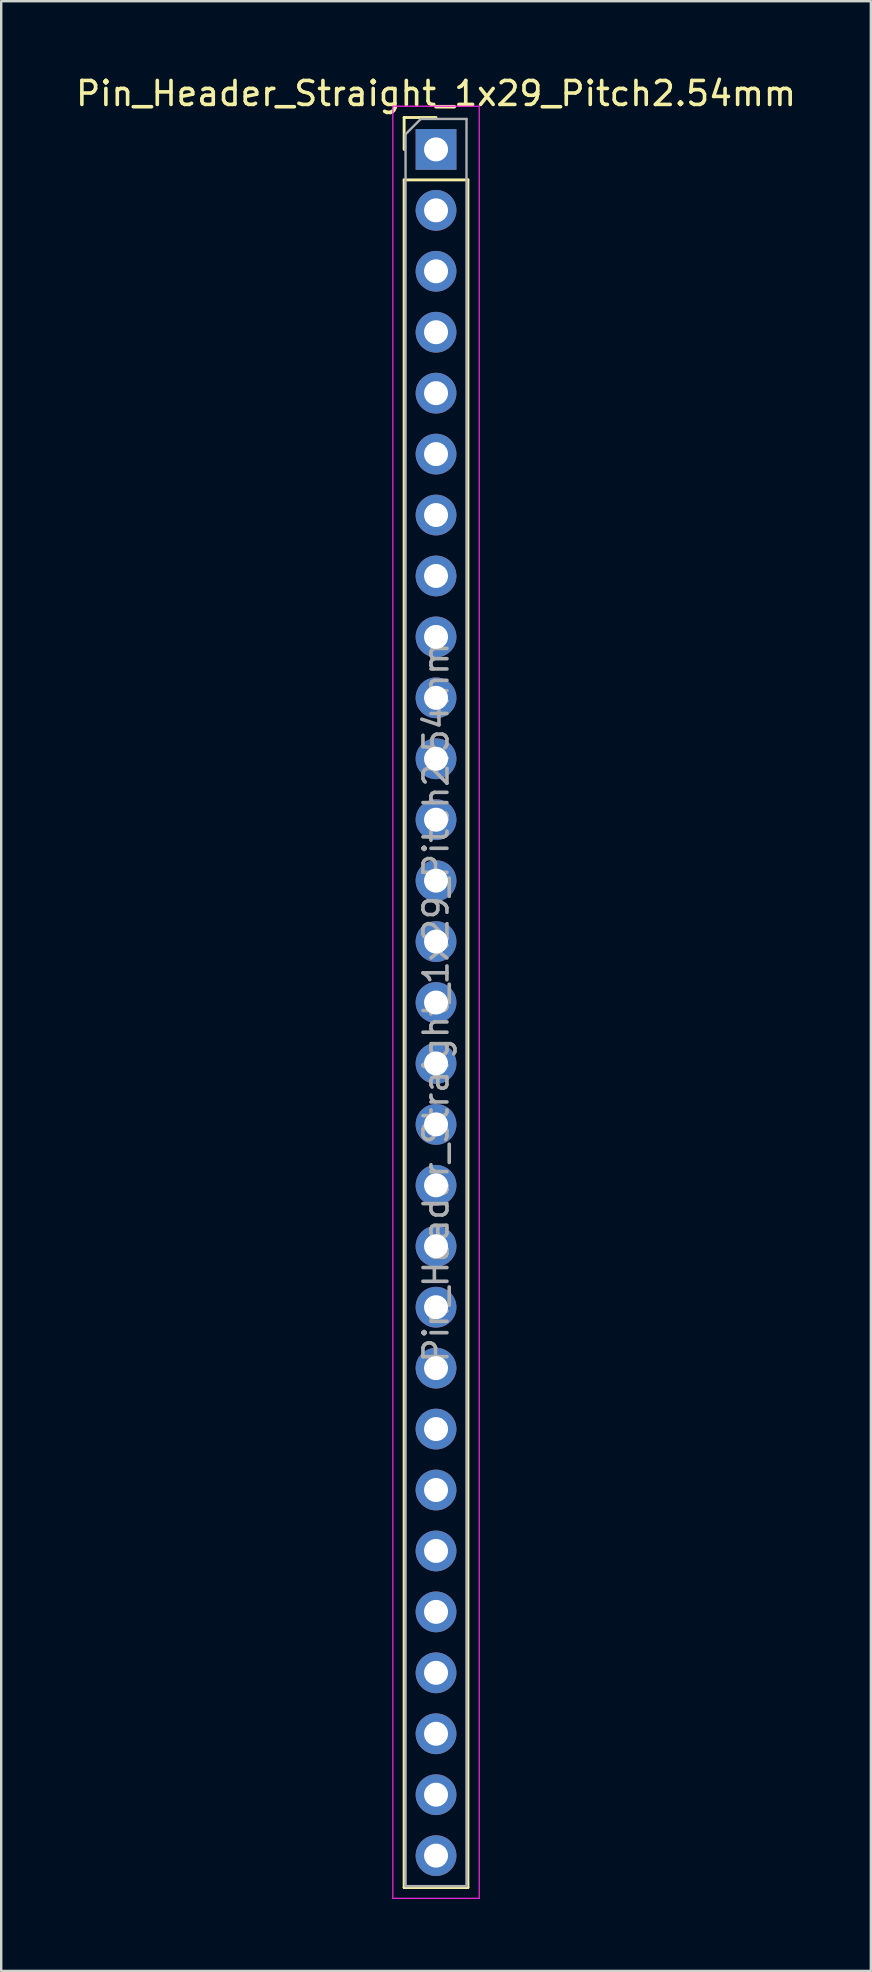
<source format=kicad_pcb>
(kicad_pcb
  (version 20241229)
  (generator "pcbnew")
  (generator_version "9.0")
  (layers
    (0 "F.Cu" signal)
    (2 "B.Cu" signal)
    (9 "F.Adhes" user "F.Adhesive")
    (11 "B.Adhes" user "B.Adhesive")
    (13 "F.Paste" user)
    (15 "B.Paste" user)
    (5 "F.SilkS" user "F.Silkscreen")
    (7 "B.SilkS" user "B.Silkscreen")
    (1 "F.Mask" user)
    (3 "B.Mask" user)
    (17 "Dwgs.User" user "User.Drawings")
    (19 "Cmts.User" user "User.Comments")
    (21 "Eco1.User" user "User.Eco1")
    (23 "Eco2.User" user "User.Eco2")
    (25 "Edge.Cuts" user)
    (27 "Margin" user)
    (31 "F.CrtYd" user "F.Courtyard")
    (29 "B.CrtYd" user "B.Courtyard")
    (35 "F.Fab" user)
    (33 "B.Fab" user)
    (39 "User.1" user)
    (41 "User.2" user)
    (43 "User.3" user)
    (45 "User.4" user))
  (footprint "Pin_Header_Straight_1x29_Pitch2.54mm"
    (layer "F.Cu")
    (at 15.125 3.178)
    (property "Reference" "Pin_Header_Straight_1x29_Pitch2.54mm" (at 0 -2.33 0) (layer "F.SilkS") (effects (font (size 1 1) (thickness 0.15))))
    (attr through_hole)
    (fp_line (start -1.33 -1.33) (end 0 -1.33) (stroke (width 0.12) (type solid)) (layer "F.SilkS"))
    (fp_line (start -1.33 0) (end -1.33 -1.33) (stroke (width 0.12) (type solid)) (layer "F.SilkS"))
    (fp_line (start -1.33 1.27) (end -1.33 72.45) (stroke (width 0.12) (type solid)) (layer "F.SilkS"))
    (fp_line (start -1.33 72.45) (end 1.33 72.45) (stroke (width 0.12) (type solid)) (layer "F.SilkS"))
    (fp_line (start 1.33 1.27) (end -1.33 1.27) (stroke (width 0.12) (type solid)) (layer "F.SilkS"))
    (fp_line (start 1.33 72.45) (end 1.33 1.27) (stroke (width 0.12) (type solid)) (layer "F.SilkS"))
    (fp_line (start -1.8 -1.8) (end -1.8 72.9) (stroke (width 0.05) (type solid)) (layer "F.CrtYd"))
    (fp_line (start -1.8 72.9) (end 1.8 72.9) (stroke (width 0.05) (type solid)) (layer "F.CrtYd"))
    (fp_line (start 1.8 -1.8) (end -1.8 -1.8) (stroke (width 0.05) (type solid)) (layer "F.CrtYd"))
    (fp_line (start 1.8 72.9) (end 1.8 -1.8) (stroke (width 0.05) (type solid)) (layer "F.CrtYd"))
    (fp_line (start -1.27 -0.635) (end -0.635 -1.27) (stroke (width 0.1) (type solid)) (layer "F.Fab"))
    (fp_line (start -1.27 72.39) (end -1.27 -0.635) (stroke (width 0.1) (type solid)) (layer "F.Fab"))
    (fp_line (start -0.635 -1.27) (end 1.27 -1.27) (stroke (width 0.1) (type solid)) (layer "F.Fab"))
    (fp_line (start 1.27 -1.27) (end 1.27 72.39) (stroke (width 0.1) (type solid)) (layer "F.Fab"))
    (fp_line (start 1.27 72.39) (end -1.27 72.39) (stroke (width 0.1) (type solid)) (layer "F.Fab"))
    (fp_text user "${REFERENCE}" (at 0 35.56 90) (layer "F.Fab") (effects (font (size 1 1) (thickness 0.15))))
    (pad "1" thru_hole rect (at 0 0) (size 1.7 1.7) (drill 1) (layers "*.Cu" "*.Mask"))
    (pad "2" thru_hole oval (at 0 2.54) (size 1.7 1.7) (drill 1) (layers "*.Cu" "*.Mask"))
    (pad "3" thru_hole oval (at 0 5.08) (size 1.7 1.7) (drill 1) (layers "*.Cu" "*.Mask"))
    (pad "4" thru_hole oval (at 0 7.62) (size 1.7 1.7) (drill 1) (layers "*.Cu" "*.Mask"))
    (pad "5" thru_hole oval (at 0 10.16) (size 1.7 1.7) (drill 1) (layers "*.Cu" "*.Mask"))
    (pad "6" thru_hole oval (at 0 12.7) (size 1.7 1.7) (drill 1) (layers "*.Cu" "*.Mask"))
    (pad "7" thru_hole oval (at 0 15.24) (size 1.7 1.7) (drill 1) (layers "*.Cu" "*.Mask"))
    (pad "8" thru_hole oval (at 0 17.78) (size 1.7 1.7) (drill 1) (layers "*.Cu" "*.Mask"))
    (pad "9" thru_hole oval (at 0 20.32) (size 1.7 1.7) (drill 1) (layers "*.Cu" "*.Mask"))
    (pad "10" thru_hole oval (at 0 22.86) (size 1.7 1.7) (drill 1) (layers "*.Cu" "*.Mask"))
    (pad "11" thru_hole oval (at 0 25.4) (size 1.7 1.7) (drill 1) (layers "*.Cu" "*.Mask"))
    (pad "12" thru_hole oval (at 0 27.94) (size 1.7 1.7) (drill 1) (layers "*.Cu" "*.Mask"))
    (pad "13" thru_hole oval (at 0 30.48) (size 1.7 1.7) (drill 1) (layers "*.Cu" "*.Mask"))
    (pad "14" thru_hole oval (at 0 33.02) (size 1.7 1.7) (drill 1) (layers "*.Cu" "*.Mask"))
    (pad "15" thru_hole oval (at 0 35.56) (size 1.7 1.7) (drill 1) (layers "*.Cu" "*.Mask"))
    (pad "16" thru_hole oval (at 0 38.1) (size 1.7 1.7) (drill 1) (layers "*.Cu" "*.Mask"))
    (pad "17" thru_hole oval (at 0 40.64) (size 1.7 1.7) (drill 1) (layers "*.Cu" "*.Mask"))
    (pad "18" thru_hole oval (at 0 43.18) (size 1.7 1.7) (drill 1) (layers "*.Cu" "*.Mask"))
    (pad "19" thru_hole oval (at 0 45.72) (size 1.7 1.7) (drill 1) (layers "*.Cu" "*.Mask"))
    (pad "20" thru_hole oval (at 0 48.26) (size 1.7 1.7) (drill 1) (layers "*.Cu" "*.Mask"))
    (pad "21" thru_hole oval (at 0 50.8) (size 1.7 1.7) (drill 1) (layers "*.Cu" "*.Mask"))
    (pad "22" thru_hole oval (at 0 53.34) (size 1.7 1.7) (drill 1) (layers "*.Cu" "*.Mask"))
    (pad "23" thru_hole oval (at 0 55.88) (size 1.7 1.7) (drill 1) (layers "*.Cu" "*.Mask"))
    (pad "24" thru_hole oval (at 0 58.42) (size 1.7 1.7) (drill 1) (layers "*.Cu" "*.Mask"))
    (pad "25" thru_hole oval (at 0 60.96) (size 1.7 1.7) (drill 1) (layers "*.Cu" "*.Mask"))
    (pad "26" thru_hole oval (at 0 63.5) (size 1.7 1.7) (drill 1) (layers "*.Cu" "*.Mask"))
    (pad "27" thru_hole oval (at 0 66.04) (size 1.7 1.7) (drill 1) (layers "*.Cu" "*.Mask"))
    (pad "28" thru_hole oval (at 0 68.58) (size 1.7 1.7) (drill 1) (layers "*.Cu" "*.Mask"))
    (pad "29" thru_hole oval (at 0 71.12) (size 1.7 1.7) (drill 1) (layers "*.Cu" "*.Mask")))
  (gr_rect
    (start -3 -3)
    (end 33.25 79.103)
    (stroke (width 0.1) (type default))
    (fill no)
    (layer "Edge.Cuts")))
</source>
